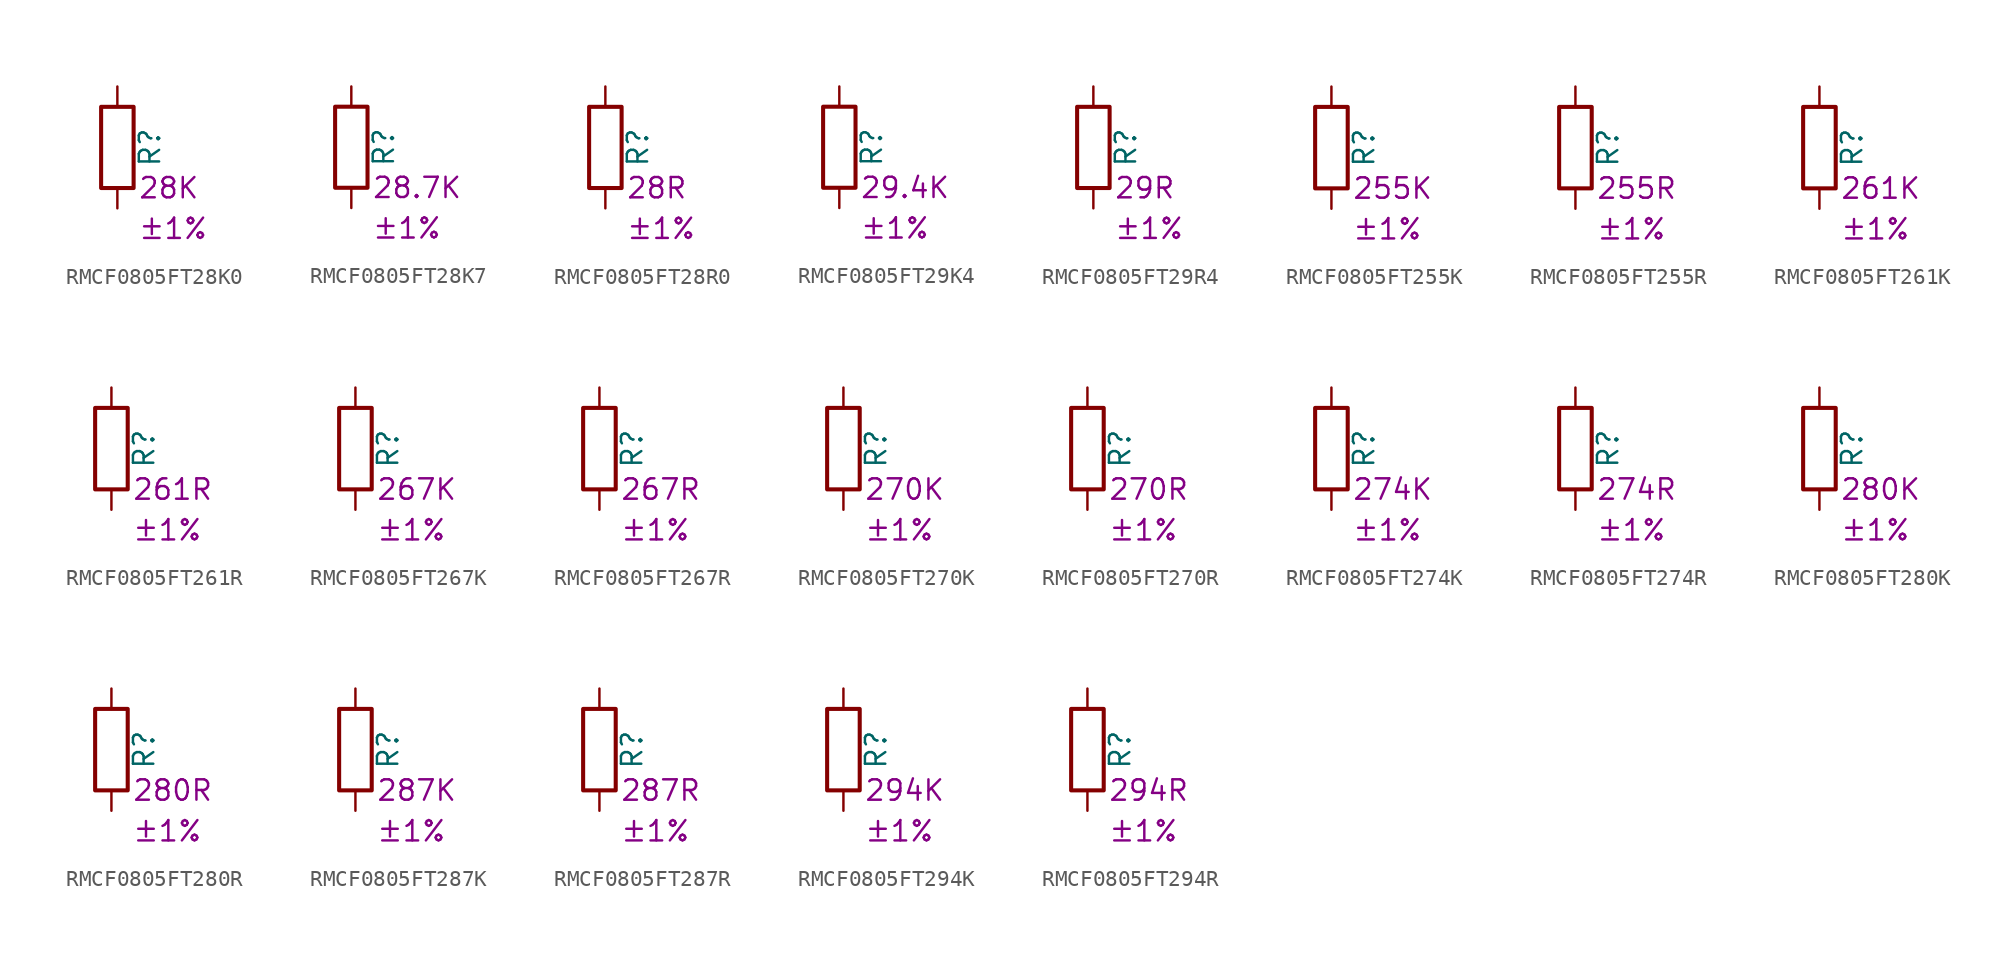
<source format=kicad_sym>
(kicad_symbol_lib
  (version 20220914)
  (generator kicad_symbol_editor)
  (symbol "RMCF0805FT28K0"
    (pin_numbers hide)
    (pin_names
      (offset 0))
    (property "Reference" "R"
      (at 2.032 0 90)
      (effects (font (size 1.27 1.27))))
    (property "Resistance" "28K"
      (at 1.27 -2.54 0)
      (effects (font (size 1.27 1.27)) (justify left)))
    (property "Tolerance" "±1%"
      (at 1.27 -5.08 0)
      (effects (font (size 1.27 1.27)) (justify left)))
    (symbol "RMCF0805FT28K0_0_1"
      (rectangle (start -1.016 -2.54) (end 1.016 2.54) (stroke (width 0.254) (type default)) (fill (type none))))
    (symbol "RMCF0805FT28K0_1_1"
      (pin passive line (at 0 3.81 270) (length 1.27) (name "~" (effects (font (size 1.27 1.27)))) (number "1" (effects (font (size 1.27 1.27)))))
      (pin passive line (at 0 -3.81 90) (length 1.27) (name "~" (effects (font (size 1.27 1.27)))) (number "2" (effects (font (size 1.27 1.27)))))))
  (symbol "RMCF0805FT28K7"
    (pin_numbers hide)
    (pin_names
      (offset 0))
    (property "Reference" "R"
      (at 2.032 0 90)
      (effects (font (size 1.27 1.27))))
    (property "Resistance" "28.7K"
      (at 1.27 -2.54 0)
      (effects (font (size 1.27 1.27)) (justify left)))
    (property "Tolerance" "±1%"
      (at 1.27 -5.08 0)
      (effects (font (size 1.27 1.27)) (justify left)))
    (symbol "RMCF0805FT28K7_0_1"
      (rectangle (start -1.016 -2.54) (end 1.016 2.54) (stroke (width 0.254) (type default)) (fill (type none))))
    (symbol "RMCF0805FT28K7_1_1"
      (pin passive line (at 0 3.81 270) (length 1.27) (name "~" (effects (font (size 1.27 1.27)))) (number "1" (effects (font (size 1.27 1.27)))))
      (pin passive line (at 0 -3.81 90) (length 1.27) (name "~" (effects (font (size 1.27 1.27)))) (number "2" (effects (font (size 1.27 1.27)))))))
  (symbol "RMCF0805FT28R0"
    (pin_numbers hide)
    (pin_names
      (offset 0))
    (property "Reference" "R"
      (at 2.032 0 90)
      (effects (font (size 1.27 1.27))))
    (property "Resistance" "28R"
      (at 1.27 -2.54 0)
      (effects (font (size 1.27 1.27)) (justify left)))
    (property "Tolerance" "±1%"
      (at 1.27 -5.08 0)
      (effects (font (size 1.27 1.27)) (justify left)))
    (symbol "RMCF0805FT28R0_0_1"
      (rectangle (start -1.016 -2.54) (end 1.016 2.54) (stroke (width 0.254) (type default)) (fill (type none))))
    (symbol "RMCF0805FT28R0_1_1"
      (pin passive line (at 0 3.81 270) (length 1.27) (name "~" (effects (font (size 1.27 1.27)))) (number "1" (effects (font (size 1.27 1.27)))))
      (pin passive line (at 0 -3.81 90) (length 1.27) (name "~" (effects (font (size 1.27 1.27)))) (number "2" (effects (font (size 1.27 1.27)))))))
  (symbol "RMCF0805FT29K4"
    (pin_numbers hide)
    (pin_names
      (offset 0))
    (property "Reference" "R"
      (at 2.032 0 90)
      (effects (font (size 1.27 1.27))))
    (property "Resistance" "29.4K"
      (at 1.27 -2.54 0)
      (effects (font (size 1.27 1.27)) (justify left)))
    (property "Tolerance" "±1%"
      (at 1.27 -5.08 0)
      (effects (font (size 1.27 1.27)) (justify left)))
    (symbol "RMCF0805FT29K4_0_1"
      (rectangle (start -1.016 -2.54) (end 1.016 2.54) (stroke (width 0.254) (type default)) (fill (type none))))
    (symbol "RMCF0805FT29K4_1_1"
      (pin passive line (at 0 3.81 270) (length 1.27) (name "~" (effects (font (size 1.27 1.27)))) (number "1" (effects (font (size 1.27 1.27)))))
      (pin passive line (at 0 -3.81 90) (length 1.27) (name "~" (effects (font (size 1.27 1.27)))) (number "2" (effects (font (size 1.27 1.27)))))))
  (symbol "RMCF0805FT29R4"
    (pin_numbers hide)
    (pin_names
      (offset 0))
    (property "Reference" "R"
      (at 2.032 0 90)
      (effects (font (size 1.27 1.27))))
    (property "Resistance" "29R"
      (at 1.27 -2.54 0)
      (effects (font (size 1.27 1.27)) (justify left)))
    (property "Tolerance" "±1%"
      (at 1.27 -5.08 0)
      (effects (font (size 1.27 1.27)) (justify left)))
    (symbol "RMCF0805FT29R4_0_1"
      (rectangle (start -1.016 -2.54) (end 1.016 2.54) (stroke (width 0.254) (type default)) (fill (type none))))
    (symbol "RMCF0805FT29R4_1_1"
      (pin passive line (at 0 3.81 270) (length 1.27) (name "~" (effects (font (size 1.27 1.27)))) (number "1" (effects (font (size 1.27 1.27)))))
      (pin passive line (at 0 -3.81 90) (length 1.27) (name "~" (effects (font (size 1.27 1.27)))) (number "2" (effects (font (size 1.27 1.27)))))))
  (symbol "RMCF0805FT255K"
    (pin_numbers hide)
    (pin_names
      (offset 0))
    (property "Reference" "R"
      (at 2.032 0 90)
      (effects (font (size 1.27 1.27))))
    (property "Resistance" "255K"
      (at 1.27 -2.54 0)
      (effects (font (size 1.27 1.27)) (justify left)))
    (property "Tolerance" "±1%"
      (at 1.27 -5.08 0)
      (effects (font (size 1.27 1.27)) (justify left)))
    (symbol "RMCF0805FT255K_0_1"
      (rectangle (start -1.016 -2.54) (end 1.016 2.54) (stroke (width 0.254) (type default)) (fill (type none))))
    (symbol "RMCF0805FT255K_1_1"
      (pin passive line (at 0 3.81 270) (length 1.27) (name "~" (effects (font (size 1.27 1.27)))) (number "1" (effects (font (size 1.27 1.27)))))
      (pin passive line (at 0 -3.81 90) (length 1.27) (name "~" (effects (font (size 1.27 1.27)))) (number "2" (effects (font (size 1.27 1.27)))))))
  (symbol "RMCF0805FT255R"
    (pin_numbers hide)
    (pin_names
      (offset 0))
    (property "Reference" "R"
      (at 2.032 0 90)
      (effects (font (size 1.27 1.27))))
    (property "Resistance" "255R"
      (at 1.27 -2.54 0)
      (effects (font (size 1.27 1.27)) (justify left)))
    (property "Tolerance" "±1%"
      (at 1.27 -5.08 0)
      (effects (font (size 1.27 1.27)) (justify left)))
    (symbol "RMCF0805FT255R_0_1"
      (rectangle (start -1.016 -2.54) (end 1.016 2.54) (stroke (width 0.254) (type default)) (fill (type none))))
    (symbol "RMCF0805FT255R_1_1"
      (pin passive line (at 0 3.81 270) (length 1.27) (name "~" (effects (font (size 1.27 1.27)))) (number "1" (effects (font (size 1.27 1.27)))))
      (pin passive line (at 0 -3.81 90) (length 1.27) (name "~" (effects (font (size 1.27 1.27)))) (number "2" (effects (font (size 1.27 1.27)))))))
  (symbol "RMCF0805FT261K"
    (pin_numbers hide)
    (pin_names
      (offset 0))
    (property "Reference" "R"
      (at 2.032 0 90)
      (effects (font (size 1.27 1.27))))
    (property "Resistance" "261K"
      (at 1.27 -2.54 0)
      (effects (font (size 1.27 1.27)) (justify left)))
    (property "Tolerance" "±1%"
      (at 1.27 -5.08 0)
      (effects (font (size 1.27 1.27)) (justify left)))
    (symbol "RMCF0805FT261K_0_1"
      (rectangle (start -1.016 -2.54) (end 1.016 2.54) (stroke (width 0.254) (type default)) (fill (type none))))
    (symbol "RMCF0805FT261K_1_1"
      (pin passive line (at 0 3.81 270) (length 1.27) (name "~" (effects (font (size 1.27 1.27)))) (number "1" (effects (font (size 1.27 1.27)))))
      (pin passive line (at 0 -3.81 90) (length 1.27) (name "~" (effects (font (size 1.27 1.27)))) (number "2" (effects (font (size 1.27 1.27)))))))
  (symbol "RMCF0805FT261R"
    (pin_numbers hide)
    (pin_names
      (offset 0))
    (property "Reference" "R"
      (at 2.032 0 90)
      (effects (font (size 1.27 1.27))))
    (property "Resistance" "261R"
      (at 1.27 -2.54 0)
      (effects (font (size 1.27 1.27)) (justify left)))
    (property "Tolerance" "±1%"
      (at 1.27 -5.08 0)
      (effects (font (size 1.27 1.27)) (justify left)))
    (symbol "RMCF0805FT261R_0_1"
      (rectangle (start -1.016 -2.54) (end 1.016 2.54) (stroke (width 0.254) (type default)) (fill (type none))))
    (symbol "RMCF0805FT261R_1_1"
      (pin passive line (at 0 3.81 270) (length 1.27) (name "~" (effects (font (size 1.27 1.27)))) (number "1" (effects (font (size 1.27 1.27)))))
      (pin passive line (at 0 -3.81 90) (length 1.27) (name "~" (effects (font (size 1.27 1.27)))) (number "2" (effects (font (size 1.27 1.27)))))))
  (symbol "RMCF0805FT267K"
    (pin_numbers hide)
    (pin_names
      (offset 0))
    (property "Reference" "R"
      (at 2.032 0 90)
      (effects (font (size 1.27 1.27))))
    (property "Resistance" "267K"
      (at 1.27 -2.54 0)
      (effects (font (size 1.27 1.27)) (justify left)))
    (property "Tolerance" "±1%"
      (at 1.27 -5.08 0)
      (effects (font (size 1.27 1.27)) (justify left)))
    (symbol "RMCF0805FT267K_0_1"
      (rectangle (start -1.016 -2.54) (end 1.016 2.54) (stroke (width 0.254) (type default)) (fill (type none))))
    (symbol "RMCF0805FT267K_1_1"
      (pin passive line (at 0 3.81 270) (length 1.27) (name "~" (effects (font (size 1.27 1.27)))) (number "1" (effects (font (size 1.27 1.27)))))
      (pin passive line (at 0 -3.81 90) (length 1.27) (name "~" (effects (font (size 1.27 1.27)))) (number "2" (effects (font (size 1.27 1.27)))))))
  (symbol "RMCF0805FT267R"
    (pin_numbers hide)
    (pin_names
      (offset 0))
    (property "Reference" "R"
      (at 2.032 0 90)
      (effects (font (size 1.27 1.27))))
    (property "Resistance" "267R"
      (at 1.27 -2.54 0)
      (effects (font (size 1.27 1.27)) (justify left)))
    (property "Tolerance" "±1%"
      (at 1.27 -5.08 0)
      (effects (font (size 1.27 1.27)) (justify left)))
    (symbol "RMCF0805FT267R_0_1"
      (rectangle (start -1.016 -2.54) (end 1.016 2.54) (stroke (width 0.254) (type default)) (fill (type none))))
    (symbol "RMCF0805FT267R_1_1"
      (pin passive line (at 0 3.81 270) (length 1.27) (name "~" (effects (font (size 1.27 1.27)))) (number "1" (effects (font (size 1.27 1.27)))))
      (pin passive line (at 0 -3.81 90) (length 1.27) (name "~" (effects (font (size 1.27 1.27)))) (number "2" (effects (font (size 1.27 1.27)))))))
  (symbol "RMCF0805FT270K"
    (pin_numbers hide)
    (pin_names
      (offset 0))
    (property "Reference" "R"
      (at 2.032 0 90)
      (effects (font (size 1.27 1.27))))
    (property "Resistance" "270K"
      (at 1.27 -2.54 0)
      (effects (font (size 1.27 1.27)) (justify left)))
    (property "Tolerance" "±1%"
      (at 1.27 -5.08 0)
      (effects (font (size 1.27 1.27)) (justify left)))
    (symbol "RMCF0805FT270K_0_1"
      (rectangle (start -1.016 -2.54) (end 1.016 2.54) (stroke (width 0.254) (type default)) (fill (type none))))
    (symbol "RMCF0805FT270K_1_1"
      (pin passive line (at 0 3.81 270) (length 1.27) (name "~" (effects (font (size 1.27 1.27)))) (number "1" (effects (font (size 1.27 1.27)))))
      (pin passive line (at 0 -3.81 90) (length 1.27) (name "~" (effects (font (size 1.27 1.27)))) (number "2" (effects (font (size 1.27 1.27)))))))
  (symbol "RMCF0805FT270R"
    (pin_numbers hide)
    (pin_names
      (offset 0))
    (property "Reference" "R"
      (at 2.032 0 90)
      (effects (font (size 1.27 1.27))))
    (property "Resistance" "270R"
      (at 1.27 -2.54 0)
      (effects (font (size 1.27 1.27)) (justify left)))
    (property "Tolerance" "±1%"
      (at 1.27 -5.08 0)
      (effects (font (size 1.27 1.27)) (justify left)))
    (symbol "RMCF0805FT270R_0_1"
      (rectangle (start -1.016 -2.54) (end 1.016 2.54) (stroke (width 0.254) (type default)) (fill (type none))))
    (symbol "RMCF0805FT270R_1_1"
      (pin passive line (at 0 3.81 270) (length 1.27) (name "~" (effects (font (size 1.27 1.27)))) (number "1" (effects (font (size 1.27 1.27)))))
      (pin passive line (at 0 -3.81 90) (length 1.27) (name "~" (effects (font (size 1.27 1.27)))) (number "2" (effects (font (size 1.27 1.27)))))))
  (symbol "RMCF0805FT274K"
    (pin_numbers hide)
    (pin_names
      (offset 0))
    (property "Reference" "R"
      (at 2.032 0 90)
      (effects (font (size 1.27 1.27))))
    (property "Resistance" "274K"
      (at 1.27 -2.54 0)
      (effects (font (size 1.27 1.27)) (justify left)))
    (property "Tolerance" "±1%"
      (at 1.27 -5.08 0)
      (effects (font (size 1.27 1.27)) (justify left)))
    (symbol "RMCF0805FT274K_0_1"
      (rectangle (start -1.016 -2.54) (end 1.016 2.54) (stroke (width 0.254) (type default)) (fill (type none))))
    (symbol "RMCF0805FT274K_1_1"
      (pin passive line (at 0 3.81 270) (length 1.27) (name "~" (effects (font (size 1.27 1.27)))) (number "1" (effects (font (size 1.27 1.27)))))
      (pin passive line (at 0 -3.81 90) (length 1.27) (name "~" (effects (font (size 1.27 1.27)))) (number "2" (effects (font (size 1.27 1.27)))))))
  (symbol "RMCF0805FT274R"
    (pin_numbers hide)
    (pin_names
      (offset 0))
    (property "Reference" "R"
      (at 2.032 0 90)
      (effects (font (size 1.27 1.27))))
    (property "Resistance" "274R"
      (at 1.27 -2.54 0)
      (effects (font (size 1.27 1.27)) (justify left)))
    (property "Tolerance" "±1%"
      (at 1.27 -5.08 0)
      (effects (font (size 1.27 1.27)) (justify left)))
    (symbol "RMCF0805FT274R_0_1"
      (rectangle (start -1.016 -2.54) (end 1.016 2.54) (stroke (width 0.254) (type default)) (fill (type none))))
    (symbol "RMCF0805FT274R_1_1"
      (pin passive line (at 0 3.81 270) (length 1.27) (name "~" (effects (font (size 1.27 1.27)))) (number "1" (effects (font (size 1.27 1.27)))))
      (pin passive line (at 0 -3.81 90) (length 1.27) (name "~" (effects (font (size 1.27 1.27)))) (number "2" (effects (font (size 1.27 1.27)))))))
  (symbol "RMCF0805FT280K"
    (pin_numbers hide)
    (pin_names
      (offset 0))
    (property "Reference" "R"
      (at 2.032 0 90)
      (effects (font (size 1.27 1.27))))
    (property "Resistance" "280K"
      (at 1.27 -2.54 0)
      (effects (font (size 1.27 1.27)) (justify left)))
    (property "Tolerance" "±1%"
      (at 1.27 -5.08 0)
      (effects (font (size 1.27 1.27)) (justify left)))
    (symbol "RMCF0805FT280K_0_1"
      (rectangle (start -1.016 -2.54) (end 1.016 2.54) (stroke (width 0.254) (type default)) (fill (type none))))
    (symbol "RMCF0805FT280K_1_1"
      (pin passive line (at 0 3.81 270) (length 1.27) (name "~" (effects (font (size 1.27 1.27)))) (number "1" (effects (font (size 1.27 1.27)))))
      (pin passive line (at 0 -3.81 90) (length 1.27) (name "~" (effects (font (size 1.27 1.27)))) (number "2" (effects (font (size 1.27 1.27)))))))
  (symbol "RMCF0805FT280R"
    (pin_numbers hide)
    (pin_names
      (offset 0))
    (property "Reference" "R"
      (at 2.032 0 90)
      (effects (font (size 1.27 1.27))))
    (property "Resistance" "280R"
      (at 1.27 -2.54 0)
      (effects (font (size 1.27 1.27)) (justify left)))
    (property "Tolerance" "±1%"
      (at 1.27 -5.08 0)
      (effects (font (size 1.27 1.27)) (justify left)))
    (symbol "RMCF0805FT280R_0_1"
      (rectangle (start -1.016 -2.54) (end 1.016 2.54) (stroke (width 0.254) (type default)) (fill (type none))))
    (symbol "RMCF0805FT280R_1_1"
      (pin passive line (at 0 3.81 270) (length 1.27) (name "~" (effects (font (size 1.27 1.27)))) (number "1" (effects (font (size 1.27 1.27)))))
      (pin passive line (at 0 -3.81 90) (length 1.27) (name "~" (effects (font (size 1.27 1.27)))) (number "2" (effects (font (size 1.27 1.27)))))))
  (symbol "RMCF0805FT287K"
    (pin_numbers hide)
    (pin_names
      (offset 0))
    (property "Reference" "R"
      (at 2.032 0 90)
      (effects (font (size 1.27 1.27))))
    (property "Resistance" "287K"
      (at 1.27 -2.54 0)
      (effects (font (size 1.27 1.27)) (justify left)))
    (property "Tolerance" "±1%"
      (at 1.27 -5.08 0)
      (effects (font (size 1.27 1.27)) (justify left)))
    (symbol "RMCF0805FT287K_0_1"
      (rectangle (start -1.016 -2.54) (end 1.016 2.54) (stroke (width 0.254) (type default)) (fill (type none))))
    (symbol "RMCF0805FT287K_1_1"
      (pin passive line (at 0 3.81 270) (length 1.27) (name "~" (effects (font (size 1.27 1.27)))) (number "1" (effects (font (size 1.27 1.27)))))
      (pin passive line (at 0 -3.81 90) (length 1.27) (name "~" (effects (font (size 1.27 1.27)))) (number "2" (effects (font (size 1.27 1.27)))))))
  (symbol "RMCF0805FT287R"
    (pin_numbers hide)
    (pin_names
      (offset 0))
    (property "Reference" "R"
      (at 2.032 0 90)
      (effects (font (size 1.27 1.27))))
    (property "Resistance" "287R"
      (at 1.27 -2.54 0)
      (effects (font (size 1.27 1.27)) (justify left)))
    (property "Tolerance" "±1%"
      (at 1.27 -5.08 0)
      (effects (font (size 1.27 1.27)) (justify left)))
    (symbol "RMCF0805FT287R_0_1"
      (rectangle (start -1.016 -2.54) (end 1.016 2.54) (stroke (width 0.254) (type default)) (fill (type none))))
    (symbol "RMCF0805FT287R_1_1"
      (pin passive line (at 0 3.81 270) (length 1.27) (name "~" (effects (font (size 1.27 1.27)))) (number "1" (effects (font (size 1.27 1.27)))))
      (pin passive line (at 0 -3.81 90) (length 1.27) (name "~" (effects (font (size 1.27 1.27)))) (number "2" (effects (font (size 1.27 1.27)))))))
  (symbol "RMCF0805FT294K"
    (pin_numbers hide)
    (pin_names
      (offset 0))
    (property "Reference" "R"
      (at 2.032 0 90)
      (effects (font (size 1.27 1.27))))
    (property "Resistance" "294K"
      (at 1.27 -2.54 0)
      (effects (font (size 1.27 1.27)) (justify left)))
    (property "Tolerance" "±1%"
      (at 1.27 -5.08 0)
      (effects (font (size 1.27 1.27)) (justify left)))
    (symbol "RMCF0805FT294K_0_1"
      (rectangle (start -1.016 -2.54) (end 1.016 2.54) (stroke (width 0.254) (type default)) (fill (type none))))
    (symbol "RMCF0805FT294K_1_1"
      (pin passive line (at 0 3.81 270) (length 1.27) (name "~" (effects (font (size 1.27 1.27)))) (number "1" (effects (font (size 1.27 1.27)))))
      (pin passive line (at 0 -3.81 90) (length 1.27) (name "~" (effects (font (size 1.27 1.27)))) (number "2" (effects (font (size 1.27 1.27)))))))
  (symbol "RMCF0805FT294R"
    (pin_numbers hide)
    (pin_names
      (offset 0))
    (property "Reference" "R"
      (at 2.032 0 90)
      (effects (font (size 1.27 1.27))))
    (property "Resistance" "294R"
      (at 1.27 -2.54 0)
      (effects (font (size 1.27 1.27)) (justify left)))
    (property "Tolerance" "±1%"
      (at 1.27 -5.08 0)
      (effects (font (size 1.27 1.27)) (justify left)))
    (symbol "RMCF0805FT294R_0_1"
      (rectangle (start -1.016 -2.54) (end 1.016 2.54) (stroke (width 0.254) (type default)) (fill (type none))))
    (symbol "RMCF0805FT294R_1_1"
      (pin passive line (at 0 3.81 270) (length 1.27) (name "~" (effects (font (size 1.27 1.27)))) (number "1" (effects (font (size 1.27 1.27)))))
      (pin passive line (at 0 -3.81 90) (length 1.27) (name "~" (effects (font (size 1.27 1.27)))) (number "2" (effects (font (size 1.27 1.27))))))))
</source>
